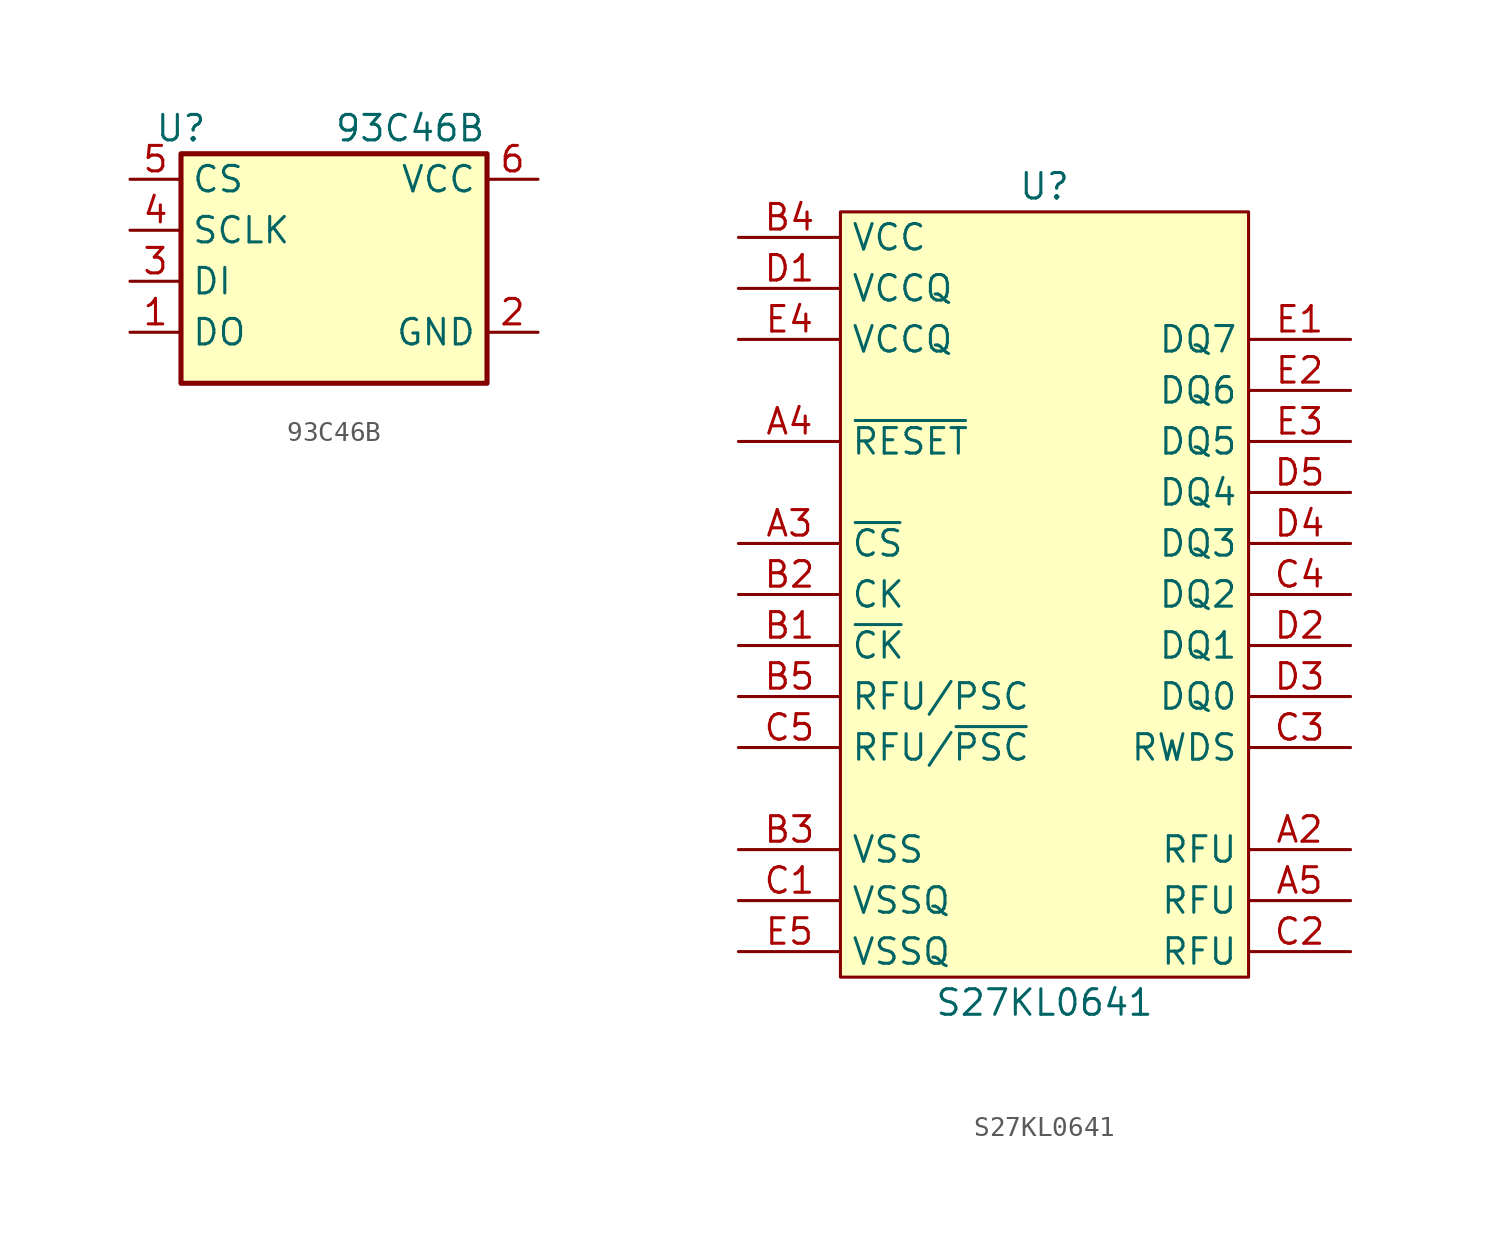
<source format=kicad_sym>
(kicad_symbol_lib
  (version 20231120)
  (generator "kicad_symbol_editor")
  (generator_version "8.0")
  (symbol "93C46B"
    (property "Reference" "U"
      (at -7.62 6.35 0)
      (effects (font (size 1.27 1.27))))
    (property "Value" "93C46B"
      (at 0 6.35 0)
      (effects (font (size 1.27 1.27)) (justify left)))
    (symbol "93C46B_1_1"
      (rectangle (start 7.62 5.08) (end -7.62 -6.35) (stroke (width 0.254) (type default)) (fill (type background)))
      (pin tri_state line (at -10.16 -3.81 0) (length 2.54) (name "DO" (effects (font (size 1.27 1.27)))) (number "1" (effects (font (size 1.27 1.27)))))
      (pin power_in line (at 10.16 -3.81 180) (length 2.54) (name "GND" (effects (font (size 1.27 1.27)))) (number "2" (effects (font (size 1.27 1.27)))))
      (pin input line (at -10.16 -1.27 0) (length 2.54) (name "DI" (effects (font (size 1.27 1.27)))) (number "3" (effects (font (size 1.27 1.27)))))
      (pin input line (at -10.16 1.27 0) (length 2.54) (name "SCLK" (effects (font (size 1.27 1.27)))) (number "4" (effects (font (size 1.27 1.27)))))
      (pin input line (at -10.16 3.81 0) (length 2.54) (name "CS" (effects (font (size 1.27 1.27)))) (number "5" (effects (font (size 1.27 1.27)))))
      (pin power_in line (at 10.16 3.81 180) (length 2.54) (name "VCC" (effects (font (size 1.27 1.27)))) (number "6" (effects (font (size 1.27 1.27)))))))
  (symbol "S27KL0641"
    (property "Reference" "U"
      (at 0 20.32 0)
      (effects (font (size 1.27 1.27))))
    (property "Value" "S27KL0641"
      (at 0 -20.32 0)
      (effects (font (size 1.27 1.27))))
    (symbol "S27KL0641_0_1"
      (rectangle (start -10.16 19.05) (end 10.16 -19.05) (stroke (width 0) (type default)) (fill (type background))))
    (symbol "S27KL0641_1_1"
      (pin passive line (at 15.24 -12.7 180) (length 5.08) (name "RFU" (effects (font (size 1.27 1.27)))) (number "A2" (effects (font (size 1.27 1.27)))))
      (pin input line (at -15.24 2.54 0) (length 5.08) (name "~{CS}" (effects (font (size 1.27 1.27)))) (number "A3" (effects (font (size 1.27 1.27)))))
      (pin input line (at -15.24 7.62 0) (length 5.08) (name "~{RESET}" (effects (font (size 1.27 1.27)))) (number "A4" (effects (font (size 1.27 1.27)))))
      (pin passive line (at 15.24 -15.24 180) (length 5.08) (name "RFU" (effects (font (size 1.27 1.27)))) (number "A5" (effects (font (size 1.27 1.27)))))
      (pin input line (at -15.24 -2.54 0) (length 5.08) (name "~{CK}" (effects (font (size 1.27 1.27)))) (number "B1" (effects (font (size 1.27 1.27)))))
      (pin input line (at -15.24 0 0) (length 5.08) (name "CK" (effects (font (size 1.27 1.27)))) (number "B2" (effects (font (size 1.27 1.27)))))
      (pin power_in line (at -15.24 -12.7 0) (length 5.08) (name "VSS" (effects (font (size 1.27 1.27)))) (number "B3" (effects (font (size 1.27 1.27)))))
      (pin power_in line (at -15.24 17.78 0) (length 5.08) (name "VCC" (effects (font (size 1.27 1.27)))) (number "B4" (effects (font (size 1.27 1.27)))))
      (pin input line (at -15.24 -5.08 0) (length 5.08) (name "RFU/PSC" (effects (font (size 1.27 1.27)))) (number "B5" (effects (font (size 1.27 1.27)))))
      (pin power_in line (at -15.24 -15.24 0) (length 5.08) (name "VSSQ" (effects (font (size 1.27 1.27)))) (number "C1" (effects (font (size 1.27 1.27)))))
      (pin passive line (at 15.24 -17.78 180) (length 5.08) (name "RFU" (effects (font (size 1.27 1.27)))) (number "C2" (effects (font (size 1.27 1.27)))))
      (pin bidirectional line (at 15.24 -7.62 180) (length 5.08) (name "RWDS" (effects (font (size 1.27 1.27)))) (number "C3" (effects (font (size 1.27 1.27)))))
      (pin bidirectional line (at 15.24 0 180) (length 5.08) (name "DQ2" (effects (font (size 1.27 1.27)))) (number "C4" (effects (font (size 1.27 1.27)))))
      (pin input line (at -15.24 -7.62 0) (length 5.08) (name "RFU/~{PSC}" (effects (font (size 1.27 1.27)))) (number "C5" (effects (font (size 1.27 1.27)))))
      (pin power_in line (at -15.24 15.24 0) (length 5.08) (name "VCCQ" (effects (font (size 1.27 1.27)))) (number "D1" (effects (font (size 1.27 1.27)))))
      (pin bidirectional line (at 15.24 -2.54 180) (length 5.08) (name "DQ1" (effects (font (size 1.27 1.27)))) (number "D2" (effects (font (size 1.27 1.27)))))
      (pin bidirectional line (at 15.24 -5.08 180) (length 5.08) (name "DQ0" (effects (font (size 1.27 1.27)))) (number "D3" (effects (font (size 1.27 1.27)))))
      (pin bidirectional line (at 15.24 2.54 180) (length 5.08) (name "DQ3" (effects (font (size 1.27 1.27)))) (number "D4" (effects (font (size 1.27 1.27)))))
      (pin bidirectional line (at 15.24 5.08 180) (length 5.08) (name "DQ4" (effects (font (size 1.27 1.27)))) (number "D5" (effects (font (size 1.27 1.27)))))
      (pin bidirectional line (at 15.24 12.7 180) (length 5.08) (name "DQ7" (effects (font (size 1.27 1.27)))) (number "E1" (effects (font (size 1.27 1.27)))))
      (pin bidirectional line (at 15.24 10.16 180) (length 5.08) (name "DQ6" (effects (font (size 1.27 1.27)))) (number "E2" (effects (font (size 1.27 1.27)))))
      (pin bidirectional line (at 15.24 7.62 180) (length 5.08) (name "DQ5" (effects (font (size 1.27 1.27)))) (number "E3" (effects (font (size 1.27 1.27)))))
      (pin power_in line (at -15.24 12.7 0) (length 5.08) (name "VCCQ" (effects (font (size 1.27 1.27)))) (number "E4" (effects (font (size 1.27 1.27)))))
      (pin power_in line (at -15.24 -17.78 0) (length 5.08) (name "VSSQ" (effects (font (size 1.27 1.27)))) (number "E5" (effects (font (size 1.27 1.27))))))))
</source>
